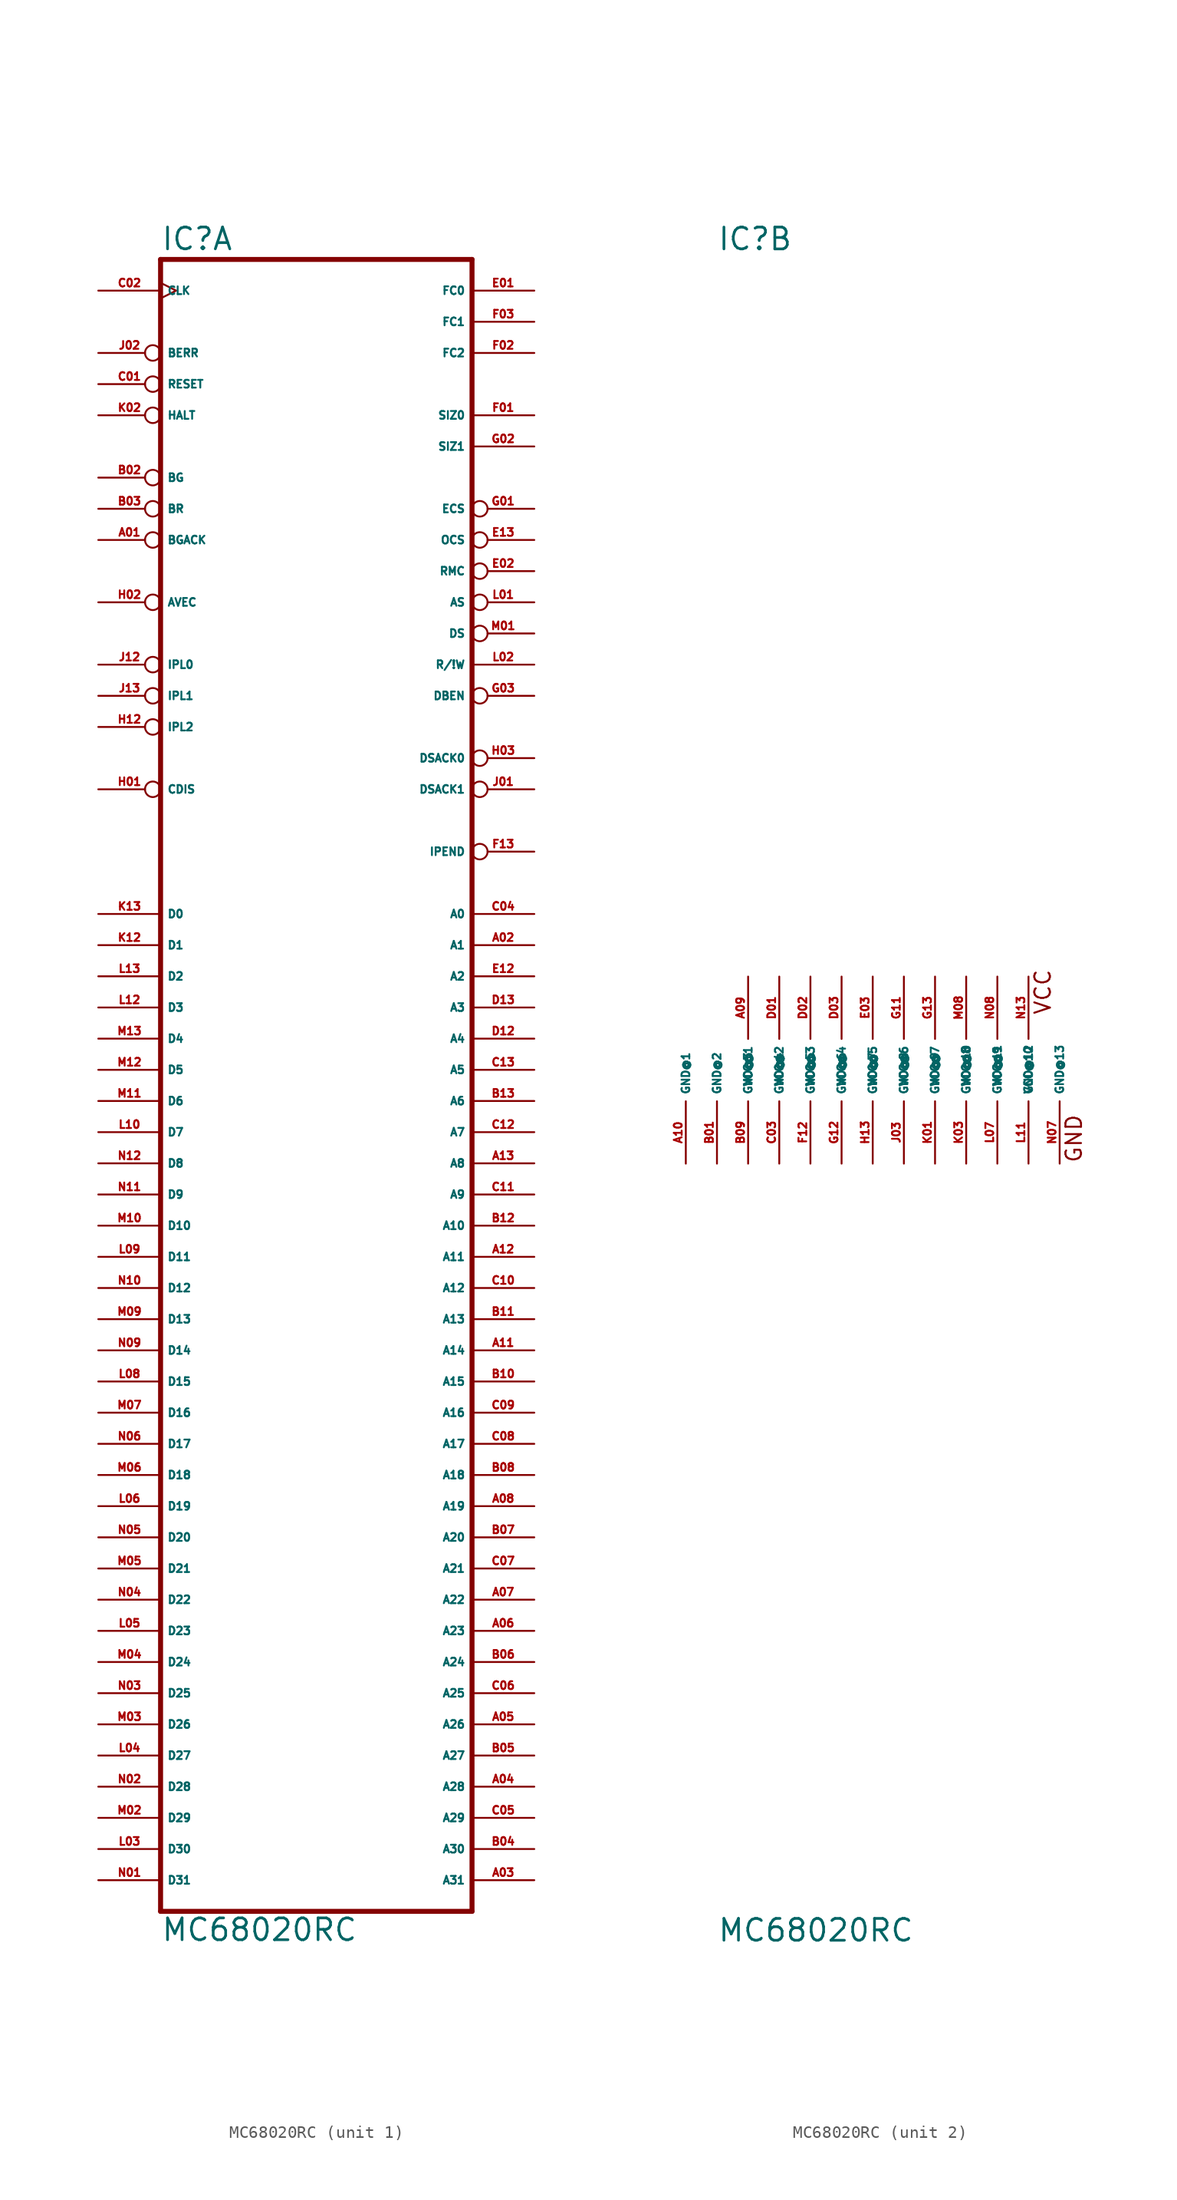
<source format=kicad_sym>
(kicad_symbol_lib
  (version 20220914)
  (generator Eagle2Kicad)
  (symbol "MC68020RC"
    (property "Reference" "IC"
      (at -12.7 66.675 0)
      (effects (font (size 1.778 1.778) (thickness 0.22)) (justify left bottom)))
    (property "Value" "MC68020RC"
      (at -12.7 -71.12 0)
      (effects (font (size 1.778 1.778) (thickness 0.22)) (justify left bottom)))
    (symbol "MC68020RC_1_0"
      (polyline (pts (xy -12.7 -68.58) (xy 12.7 -68.58)) (stroke (width 0.406) (type default)) (fill (type none)))
      (polyline (pts (xy 12.7 66.04) (xy 12.7 -68.58)) (stroke (width 0.406) (type default)) (fill (type none)))
      (polyline (pts (xy 12.7 66.04) (xy -12.7 66.04)) (stroke (width 0.406) (type default)) (fill (type none)))
      (polyline (pts (xy -12.7 -68.58) (xy -12.7 66.04)) (stroke (width 0.406) (type default)) (fill (type none)))
      (pin input clock (at -17.78 63.5 0) (length 5.08) (name "CLK" (effects (font (size 0.635 0.635) (thickness 0.08)) (justify left bottom))) (number "C02" (effects (font (size 0.635 0.635) (thickness 0.08)) (justify left bottom))))
      (pin input inverted (at -17.78 58.42 0) (length 5.08) (name "BERR" (effects (font (size 0.635 0.635) (thickness 0.08)) (justify left bottom))) (number "J02" (effects (font (size 0.635 0.635) (thickness 0.08)) (justify left bottom))))
      (pin bidirectional inverted (at -17.78 55.88 0) (length 5.08) (name "RESET" (effects (font (size 0.635 0.635) (thickness 0.08)) (justify left bottom))) (number "C01" (effects (font (size 0.635 0.635) (thickness 0.08)) (justify left bottom))))
      (pin bidirectional inverted (at -17.78 53.34 0) (length 5.08) (name "HALT" (effects (font (size 0.635 0.635) (thickness 0.08)) (justify left bottom))) (number "K02" (effects (font (size 0.635 0.635) (thickness 0.08)) (justify left bottom))))
      (pin input inverted (at -17.78 38.1 0) (length 5.08) (name "AVEC" (effects (font (size 0.635 0.635) (thickness 0.08)) (justify left bottom))) (number "H02" (effects (font (size 0.635 0.635) (thickness 0.08)) (justify left bottom))))
      (pin input inverted (at -17.78 45.72 0) (length 5.08) (name "BR" (effects (font (size 0.635 0.635) (thickness 0.08)) (justify left bottom))) (number "B03" (effects (font (size 0.635 0.635) (thickness 0.08)) (justify left bottom))))
      (pin input inverted (at -17.78 43.18 0) (length 5.08) (name "BGACK" (effects (font (size 0.635 0.635) (thickness 0.08)) (justify left bottom))) (number "A01" (effects (font (size 0.635 0.635) (thickness 0.08)) (justify left bottom))))
      (pin input inverted (at -17.78 33.02 0) (length 5.08) (name "IPL0" (effects (font (size 0.635 0.635) (thickness 0.08)) (justify left bottom))) (number "J12" (effects (font (size 0.635 0.635) (thickness 0.08)) (justify left bottom))))
      (pin bidirectional line (at -17.78 12.7 0) (length 5.08) (name "D0" (effects (font (size 0.635 0.635) (thickness 0.08)) (justify left bottom))) (number "K13" (effects (font (size 0.635 0.635) (thickness 0.08)) (justify left bottom))))
      (pin bidirectional line (at -17.78 10.16 0) (length 5.08) (name "D1" (effects (font (size 0.635 0.635) (thickness 0.08)) (justify left bottom))) (number "K12" (effects (font (size 0.635 0.635) (thickness 0.08)) (justify left bottom))))
      (pin bidirectional line (at -17.78 7.62 0) (length 5.08) (name "D2" (effects (font (size 0.635 0.635) (thickness 0.08)) (justify left bottom))) (number "L13" (effects (font (size 0.635 0.635) (thickness 0.08)) (justify left bottom))))
      (pin bidirectional line (at -17.78 5.08 0) (length 5.08) (name "D3" (effects (font (size 0.635 0.635) (thickness 0.08)) (justify left bottom))) (number "L12" (effects (font (size 0.635 0.635) (thickness 0.08)) (justify left bottom))))
      (pin bidirectional line (at -17.78 2.54 0) (length 5.08) (name "D4" (effects (font (size 0.635 0.635) (thickness 0.08)) (justify left bottom))) (number "M13" (effects (font (size 0.635 0.635) (thickness 0.08)) (justify left bottom))))
      (pin bidirectional line (at -17.78 0 0) (length 5.08) (name "D5" (effects (font (size 0.635 0.635) (thickness 0.08)) (justify left bottom))) (number "M12" (effects (font (size 0.635 0.635) (thickness 0.08)) (justify left bottom))))
      (pin bidirectional line (at -17.78 -2.54 0) (length 5.08) (name "D6" (effects (font (size 0.635 0.635) (thickness 0.08)) (justify left bottom))) (number "M11" (effects (font (size 0.635 0.635) (thickness 0.08)) (justify left bottom))))
      (pin bidirectional line (at -17.78 -5.08 0) (length 5.08) (name "D7" (effects (font (size 0.635 0.635) (thickness 0.08)) (justify left bottom))) (number "L10" (effects (font (size 0.635 0.635) (thickness 0.08)) (justify left bottom))))
      (pin bidirectional line (at -17.78 -7.62 0) (length 5.08) (name "D8" (effects (font (size 0.635 0.635) (thickness 0.08)) (justify left bottom))) (number "N12" (effects (font (size 0.635 0.635) (thickness 0.08)) (justify left bottom))))
      (pin bidirectional line (at -17.78 -10.16 0) (length 5.08) (name "D9" (effects (font (size 0.635 0.635) (thickness 0.08)) (justify left bottom))) (number "N11" (effects (font (size 0.635 0.635) (thickness 0.08)) (justify left bottom))))
      (pin bidirectional line (at -17.78 -12.7 0) (length 5.08) (name "D10" (effects (font (size 0.635 0.635) (thickness 0.08)) (justify left bottom))) (number "M10" (effects (font (size 0.635 0.635) (thickness 0.08)) (justify left bottom))))
      (pin bidirectional line (at -17.78 -15.24 0) (length 5.08) (name "D11" (effects (font (size 0.635 0.635) (thickness 0.08)) (justify left bottom))) (number "L09" (effects (font (size 0.635 0.635) (thickness 0.08)) (justify left bottom))))
      (pin bidirectional line (at -17.78 -17.78 0) (length 5.08) (name "D12" (effects (font (size 0.635 0.635) (thickness 0.08)) (justify left bottom))) (number "N10" (effects (font (size 0.635 0.635) (thickness 0.08)) (justify left bottom))))
      (pin bidirectional line (at -17.78 -20.32 0) (length 5.08) (name "D13" (effects (font (size 0.635 0.635) (thickness 0.08)) (justify left bottom))) (number "M09" (effects (font (size 0.635 0.635) (thickness 0.08)) (justify left bottom))))
      (pin bidirectional line (at -17.78 -22.86 0) (length 5.08) (name "D14" (effects (font (size 0.635 0.635) (thickness 0.08)) (justify left bottom))) (number "N09" (effects (font (size 0.635 0.635) (thickness 0.08)) (justify left bottom))))
      (pin bidirectional line (at -17.78 -25.4 0) (length 5.08) (name "D15" (effects (font (size 0.635 0.635) (thickness 0.08)) (justify left bottom))) (number "L08" (effects (font (size 0.635 0.635) (thickness 0.08)) (justify left bottom))))
      (pin output line (at 17.78 53.34 180) (length 5.08) (name "SIZ0" (effects (font (size 0.635 0.635) (thickness 0.08)) (justify left bottom))) (number "F01" (effects (font (size 0.635 0.635) (thickness 0.08)) (justify left bottom))))
      (pin output line (at 17.78 50.8 180) (length 5.08) (name "SIZ1" (effects (font (size 0.635 0.635) (thickness 0.08)) (justify left bottom))) (number "G02" (effects (font (size 0.635 0.635) (thickness 0.08)) (justify left bottom))))
      (pin output line (at 17.78 63.5 180) (length 5.08) (name "FC0" (effects (font (size 0.635 0.635) (thickness 0.08)) (justify left bottom))) (number "E01" (effects (font (size 0.635 0.635) (thickness 0.08)) (justify left bottom))))
      (pin output line (at 17.78 60.96 180) (length 5.08) (name "FC1" (effects (font (size 0.635 0.635) (thickness 0.08)) (justify left bottom))) (number "F03" (effects (font (size 0.635 0.635) (thickness 0.08)) (justify left bottom))))
      (pin output line (at 17.78 58.42 180) (length 5.08) (name "FC2" (effects (font (size 0.635 0.635) (thickness 0.08)) (justify left bottom))) (number "F02" (effects (font (size 0.635 0.635) (thickness 0.08)) (justify left bottom))))
      (pin output inverted (at 17.78 43.18 180) (length 5.08) (name "OCS" (effects (font (size 0.635 0.635) (thickness 0.08)) (justify left bottom))) (number "E13" (effects (font (size 0.635 0.635) (thickness 0.08)) (justify left bottom))))
      (pin output line (at 17.78 33.02 180) (length 5.08) (name "R/!W" (effects (font (size 0.635 0.635) (thickness 0.08)) (justify left bottom))) (number "L02" (effects (font (size 0.635 0.635) (thickness 0.08)) (justify left bottom))))
      (pin output inverted (at 17.78 40.64 180) (length 5.08) (name "RMC" (effects (font (size 0.635 0.635) (thickness 0.08)) (justify left bottom))) (number "E02" (effects (font (size 0.635 0.635) (thickness 0.08)) (justify left bottom))))
      (pin output inverted (at 17.78 38.1 180) (length 5.08) (name "AS" (effects (font (size 0.635 0.635) (thickness 0.08)) (justify left bottom))) (number "L01" (effects (font (size 0.635 0.635) (thickness 0.08)) (justify left bottom))))
      (pin output inverted (at 17.78 45.72 180) (length 5.08) (name "ECS" (effects (font (size 0.635 0.635) (thickness 0.08)) (justify left bottom))) (number "G01" (effects (font (size 0.635 0.635) (thickness 0.08)) (justify left bottom))))
      (pin output line (at 17.78 10.16 180) (length 5.08) (name "A1" (effects (font (size 0.635 0.635) (thickness 0.08)) (justify left bottom))) (number "A02" (effects (font (size 0.635 0.635) (thickness 0.08)) (justify left bottom))))
      (pin output line (at 17.78 7.62 180) (length 5.08) (name "A2" (effects (font (size 0.635 0.635) (thickness 0.08)) (justify left bottom))) (number "E12" (effects (font (size 0.635 0.635) (thickness 0.08)) (justify left bottom))))
      (pin output line (at 17.78 5.08 180) (length 5.08) (name "A3" (effects (font (size 0.635 0.635) (thickness 0.08)) (justify left bottom))) (number "D13" (effects (font (size 0.635 0.635) (thickness 0.08)) (justify left bottom))))
      (pin output line (at 17.78 2.54 180) (length 5.08) (name "A4" (effects (font (size 0.635 0.635) (thickness 0.08)) (justify left bottom))) (number "D12" (effects (font (size 0.635 0.635) (thickness 0.08)) (justify left bottom))))
      (pin output line (at 17.78 0 180) (length 5.08) (name "A5" (effects (font (size 0.635 0.635) (thickness 0.08)) (justify left bottom))) (number "C13" (effects (font (size 0.635 0.635) (thickness 0.08)) (justify left bottom))))
      (pin output line (at 17.78 -2.54 180) (length 5.08) (name "A6" (effects (font (size 0.635 0.635) (thickness 0.08)) (justify left bottom))) (number "B13" (effects (font (size 0.635 0.635) (thickness 0.08)) (justify left bottom))))
      (pin output line (at 17.78 -5.08 180) (length 5.08) (name "A7" (effects (font (size 0.635 0.635) (thickness 0.08)) (justify left bottom))) (number "C12" (effects (font (size 0.635 0.635) (thickness 0.08)) (justify left bottom))))
      (pin output line (at 17.78 -10.16 180) (length 5.08) (name "A9" (effects (font (size 0.635 0.635) (thickness 0.08)) (justify left bottom))) (number "C11" (effects (font (size 0.635 0.635) (thickness 0.08)) (justify left bottom))))
      (pin output line (at 17.78 -7.62 180) (length 5.08) (name "A8" (effects (font (size 0.635 0.635) (thickness 0.08)) (justify left bottom))) (number "A13" (effects (font (size 0.635 0.635) (thickness 0.08)) (justify left bottom))))
      (pin output line (at 17.78 -12.7 180) (length 5.08) (name "A10" (effects (font (size 0.635 0.635) (thickness 0.08)) (justify left bottom))) (number "B12" (effects (font (size 0.635 0.635) (thickness 0.08)) (justify left bottom))))
      (pin output line (at 17.78 -15.24 180) (length 5.08) (name "A11" (effects (font (size 0.635 0.635) (thickness 0.08)) (justify left bottom))) (number "A12" (effects (font (size 0.635 0.635) (thickness 0.08)) (justify left bottom))))
      (pin output line (at 17.78 -17.78 180) (length 5.08) (name "A12" (effects (font (size 0.635 0.635) (thickness 0.08)) (justify left bottom))) (number "C10" (effects (font (size 0.635 0.635) (thickness 0.08)) (justify left bottom))))
      (pin output line (at 17.78 -20.32 180) (length 5.08) (name "A13" (effects (font (size 0.635 0.635) (thickness 0.08)) (justify left bottom))) (number "B11" (effects (font (size 0.635 0.635) (thickness 0.08)) (justify left bottom))))
      (pin output line (at 17.78 -22.86 180) (length 5.08) (name "A14" (effects (font (size 0.635 0.635) (thickness 0.08)) (justify left bottom))) (number "A11" (effects (font (size 0.635 0.635) (thickness 0.08)) (justify left bottom))))
      (pin output line (at 17.78 -25.4 180) (length 5.08) (name "A15" (effects (font (size 0.635 0.635) (thickness 0.08)) (justify left bottom))) (number "B10" (effects (font (size 0.635 0.635) (thickness 0.08)) (justify left bottom))))
      (pin output line (at 17.78 -27.94 180) (length 5.08) (name "A16" (effects (font (size 0.635 0.635) (thickness 0.08)) (justify left bottom))) (number "C09" (effects (font (size 0.635 0.635) (thickness 0.08)) (justify left bottom))))
      (pin output line (at 17.78 -30.48 180) (length 5.08) (name "A17" (effects (font (size 0.635 0.635) (thickness 0.08)) (justify left bottom))) (number "C08" (effects (font (size 0.635 0.635) (thickness 0.08)) (justify left bottom))))
      (pin output line (at 17.78 -33.02 180) (length 5.08) (name "A18" (effects (font (size 0.635 0.635) (thickness 0.08)) (justify left bottom))) (number "B08" (effects (font (size 0.635 0.635) (thickness 0.08)) (justify left bottom))))
      (pin output line (at 17.78 -35.56 180) (length 5.08) (name "A19" (effects (font (size 0.635 0.635) (thickness 0.08)) (justify left bottom))) (number "A08" (effects (font (size 0.635 0.635) (thickness 0.08)) (justify left bottom))))
      (pin output line (at 17.78 -38.1 180) (length 5.08) (name "A20" (effects (font (size 0.635 0.635) (thickness 0.08)) (justify left bottom))) (number "B07" (effects (font (size 0.635 0.635) (thickness 0.08)) (justify left bottom))))
      (pin output line (at 17.78 -40.64 180) (length 5.08) (name "A21" (effects (font (size 0.635 0.635) (thickness 0.08)) (justify left bottom))) (number "C07" (effects (font (size 0.635 0.635) (thickness 0.08)) (justify left bottom))))
      (pin output line (at 17.78 -43.18 180) (length 5.08) (name "A22" (effects (font (size 0.635 0.635) (thickness 0.08)) (justify left bottom))) (number "A07" (effects (font (size 0.635 0.635) (thickness 0.08)) (justify left bottom))))
      (pin output line (at 17.78 -45.72 180) (length 5.08) (name "A23" (effects (font (size 0.635 0.635) (thickness 0.08)) (justify left bottom))) (number "A06" (effects (font (size 0.635 0.635) (thickness 0.08)) (justify left bottom))))
      (pin input inverted (at -17.78 30.48 0) (length 5.08) (name "IPL1" (effects (font (size 0.635 0.635) (thickness 0.08)) (justify left bottom))) (number "J13" (effects (font (size 0.635 0.635) (thickness 0.08)) (justify left bottom))))
      (pin input inverted (at -17.78 27.94 0) (length 5.08) (name "IPL2" (effects (font (size 0.635 0.635) (thickness 0.08)) (justify left bottom))) (number "H12" (effects (font (size 0.635 0.635) (thickness 0.08)) (justify left bottom))))
      (pin bidirectional line (at -17.78 -27.94 0) (length 5.08) (name "D16" (effects (font (size 0.635 0.635) (thickness 0.08)) (justify left bottom))) (number "M07" (effects (font (size 0.635 0.635) (thickness 0.08)) (justify left bottom))))
      (pin bidirectional line (at -17.78 -30.48 0) (length 5.08) (name "D17" (effects (font (size 0.635 0.635) (thickness 0.08)) (justify left bottom))) (number "N06" (effects (font (size 0.635 0.635) (thickness 0.08)) (justify left bottom))))
      (pin bidirectional line (at -17.78 -33.02 0) (length 5.08) (name "D18" (effects (font (size 0.635 0.635) (thickness 0.08)) (justify left bottom))) (number "M06" (effects (font (size 0.635 0.635) (thickness 0.08)) (justify left bottom))))
      (pin bidirectional line (at -17.78 -35.56 0) (length 5.08) (name "D19" (effects (font (size 0.635 0.635) (thickness 0.08)) (justify left bottom))) (number "L06" (effects (font (size 0.635 0.635) (thickness 0.08)) (justify left bottom))))
      (pin bidirectional line (at -17.78 -38.1 0) (length 5.08) (name "D20" (effects (font (size 0.635 0.635) (thickness 0.08)) (justify left bottom))) (number "N05" (effects (font (size 0.635 0.635) (thickness 0.08)) (justify left bottom))))
      (pin bidirectional line (at -17.78 -40.64 0) (length 5.08) (name "D21" (effects (font (size 0.635 0.635) (thickness 0.08)) (justify left bottom))) (number "M05" (effects (font (size 0.635 0.635) (thickness 0.08)) (justify left bottom))))
      (pin bidirectional line (at -17.78 -43.18 0) (length 5.08) (name "D22" (effects (font (size 0.635 0.635) (thickness 0.08)) (justify left bottom))) (number "N04" (effects (font (size 0.635 0.635) (thickness 0.08)) (justify left bottom))))
      (pin bidirectional line (at -17.78 -45.72 0) (length 5.08) (name "D23" (effects (font (size 0.635 0.635) (thickness 0.08)) (justify left bottom))) (number "L05" (effects (font (size 0.635 0.635) (thickness 0.08)) (justify left bottom))))
      (pin bidirectional line (at -17.78 -48.26 0) (length 5.08) (name "D24" (effects (font (size 0.635 0.635) (thickness 0.08)) (justify left bottom))) (number "M04" (effects (font (size 0.635 0.635) (thickness 0.08)) (justify left bottom))))
      (pin bidirectional line (at -17.78 -50.8 0) (length 5.08) (name "D25" (effects (font (size 0.635 0.635) (thickness 0.08)) (justify left bottom))) (number "N03" (effects (font (size 0.635 0.635) (thickness 0.08)) (justify left bottom))))
      (pin bidirectional line (at -17.78 -53.34 0) (length 5.08) (name "D26" (effects (font (size 0.635 0.635) (thickness 0.08)) (justify left bottom))) (number "M03" (effects (font (size 0.635 0.635) (thickness 0.08)) (justify left bottom))))
      (pin bidirectional line (at -17.78 -55.88 0) (length 5.08) (name "D27" (effects (font (size 0.635 0.635) (thickness 0.08)) (justify left bottom))) (number "L04" (effects (font (size 0.635 0.635) (thickness 0.08)) (justify left bottom))))
      (pin bidirectional line (at -17.78 -58.42 0) (length 5.08) (name "D28" (effects (font (size 0.635 0.635) (thickness 0.08)) (justify left bottom))) (number "N02" (effects (font (size 0.635 0.635) (thickness 0.08)) (justify left bottom))))
      (pin bidirectional line (at -17.78 -60.96 0) (length 5.08) (name "D29" (effects (font (size 0.635 0.635) (thickness 0.08)) (justify left bottom))) (number "M02" (effects (font (size 0.635 0.635) (thickness 0.08)) (justify left bottom))))
      (pin bidirectional line (at -17.78 -63.5 0) (length 5.08) (name "D30" (effects (font (size 0.635 0.635) (thickness 0.08)) (justify left bottom))) (number "L03" (effects (font (size 0.635 0.635) (thickness 0.08)) (justify left bottom))))
      (pin bidirectional line (at -17.78 -66.04 0) (length 5.08) (name "D31" (effects (font (size 0.635 0.635) (thickness 0.08)) (justify left bottom))) (number "N01" (effects (font (size 0.635 0.635) (thickness 0.08)) (justify left bottom))))
      (pin output line (at 17.78 -48.26 180) (length 5.08) (name "A24" (effects (font (size 0.635 0.635) (thickness 0.08)) (justify left bottom))) (number "B06" (effects (font (size 0.635 0.635) (thickness 0.08)) (justify left bottom))))
      (pin output line (at 17.78 -50.8 180) (length 5.08) (name "A25" (effects (font (size 0.635 0.635) (thickness 0.08)) (justify left bottom))) (number "C06" (effects (font (size 0.635 0.635) (thickness 0.08)) (justify left bottom))))
      (pin output line (at 17.78 -53.34 180) (length 5.08) (name "A26" (effects (font (size 0.635 0.635) (thickness 0.08)) (justify left bottom))) (number "A05" (effects (font (size 0.635 0.635) (thickness 0.08)) (justify left bottom))))
      (pin output line (at 17.78 -55.88 180) (length 5.08) (name "A27" (effects (font (size 0.635 0.635) (thickness 0.08)) (justify left bottom))) (number "B05" (effects (font (size 0.635 0.635) (thickness 0.08)) (justify left bottom))))
      (pin output line (at 17.78 -58.42 180) (length 5.08) (name "A28" (effects (font (size 0.635 0.635) (thickness 0.08)) (justify left bottom))) (number "A04" (effects (font (size 0.635 0.635) (thickness 0.08)) (justify left bottom))))
      (pin output line (at 17.78 -60.96 180) (length 5.08) (name "A29" (effects (font (size 0.635 0.635) (thickness 0.08)) (justify left bottom))) (number "C05" (effects (font (size 0.635 0.635) (thickness 0.08)) (justify left bottom))))
      (pin output line (at 17.78 -63.5 180) (length 5.08) (name "A30" (effects (font (size 0.635 0.635) (thickness 0.08)) (justify left bottom))) (number "B04" (effects (font (size 0.635 0.635) (thickness 0.08)) (justify left bottom))))
      (pin output line (at 17.78 -66.04 180) (length 5.08) (name "A31" (effects (font (size 0.635 0.635) (thickness 0.08)) (justify left bottom))) (number "A03" (effects (font (size 0.635 0.635) (thickness 0.08)) (justify left bottom))))
      (pin output line (at 17.78 12.7 180) (length 5.08) (name "A0" (effects (font (size 0.635 0.635) (thickness 0.08)) (justify left bottom))) (number "C04" (effects (font (size 0.635 0.635) (thickness 0.08)) (justify left bottom))))
      (pin output inverted (at 17.78 35.56 180) (length 5.08) (name "DS" (effects (font (size 0.635 0.635) (thickness 0.08)) (justify left bottom))) (number "M01" (effects (font (size 0.635 0.635) (thickness 0.08)) (justify left bottom))))
      (pin output inverted (at 17.78 30.48 180) (length 5.08) (name "DBEN" (effects (font (size 0.635 0.635) (thickness 0.08)) (justify left bottom))) (number "G03" (effects (font (size 0.635 0.635) (thickness 0.08)) (justify left bottom))))
      (pin input inverted (at 17.78 25.4 180) (length 5.08) (name "DSACK0" (effects (font (size 0.635 0.635) (thickness 0.08)) (justify left bottom))) (number "H03" (effects (font (size 0.635 0.635) (thickness 0.08)) (justify left bottom))))
      (pin input inverted (at 17.78 22.86 180) (length 5.08) (name "DSACK1" (effects (font (size 0.635 0.635) (thickness 0.08)) (justify left bottom))) (number "J01" (effects (font (size 0.635 0.635) (thickness 0.08)) (justify left bottom))))
      (pin output inverted (at -17.78 48.26 0) (length 5.08) (name "BG" (effects (font (size 0.635 0.635) (thickness 0.08)) (justify left bottom))) (number "B02" (effects (font (size 0.635 0.635) (thickness 0.08)) (justify left bottom))))
      (pin output inverted (at 17.78 17.78 180) (length 5.08) (name "IPEND" (effects (font (size 0.635 0.635) (thickness 0.08)) (justify left bottom))) (number "F13" (effects (font (size 0.635 0.635) (thickness 0.08)) (justify left bottom))))
      (pin input inverted (at -17.78 22.86 0) (length 5.08) (name "CDIS" (effects (font (size 0.635 0.635) (thickness 0.08)) (justify left bottom))) (number "H01" (effects (font (size 0.635 0.635) (thickness 0.08)) (justify left bottom)))))
    (symbol "MC68020RC_2_0"
      (text "GND" (at 17.145 -7.62 900) (effects (font (size 1.27 1.27) (thickness 0.16)) (justify left bottom)))
      (text "VCC" (at 14.605 4.445 900) (effects (font (size 1.27 1.27) (thickness 0.16)) (justify left bottom)))
      (pin unspecified line (at -15.24 -7.62 90) (length 5.08) (name "GND@1" (effects (font (size 0.635 0.635) (thickness 0.08)) (justify left bottom))) (number "A10" (effects (font (size 0.635 0.635) (thickness 0.08)) (justify left bottom))))
      (pin unspecified line (at -12.7 -7.62 90) (length 5.08) (name "GND@2" (effects (font (size 0.635 0.635) (thickness 0.08)) (justify left bottom))) (number "B01" (effects (font (size 0.635 0.635) (thickness 0.08)) (justify left bottom))))
      (pin unspecified line (at -10.16 -7.62 90) (length 5.08) (name "GND@3" (effects (font (size 0.635 0.635) (thickness 0.08)) (justify left bottom))) (number "B09" (effects (font (size 0.635 0.635) (thickness 0.08)) (justify left bottom))))
      (pin unspecified line (at -7.62 -7.62 90) (length 5.08) (name "GND@4" (effects (font (size 0.635 0.635) (thickness 0.08)) (justify left bottom))) (number "C03" (effects (font (size 0.635 0.635) (thickness 0.08)) (justify left bottom))))
      (pin unspecified line (at -5.08 -7.62 90) (length 5.08) (name "GND@5" (effects (font (size 0.635 0.635) (thickness 0.08)) (justify left bottom))) (number "F12" (effects (font (size 0.635 0.635) (thickness 0.08)) (justify left bottom))))
      (pin unspecified line (at -2.54 -7.62 90) (length 5.08) (name "GND@6" (effects (font (size 0.635 0.635) (thickness 0.08)) (justify left bottom))) (number "G12" (effects (font (size 0.635 0.635) (thickness 0.08)) (justify left bottom))))
      (pin unspecified line (at 0 -7.62 90) (length 5.08) (name "GND@7" (effects (font (size 0.635 0.635) (thickness 0.08)) (justify left bottom))) (number "H13" (effects (font (size 0.635 0.635) (thickness 0.08)) (justify left bottom))))
      (pin unspecified line (at 2.54 -7.62 90) (length 5.08) (name "GND@8" (effects (font (size 0.635 0.635) (thickness 0.08)) (justify left bottom))) (number "J03" (effects (font (size 0.635 0.635) (thickness 0.08)) (justify left bottom))))
      (pin unspecified line (at 5.08 -7.62 90) (length 5.08) (name "GND@9" (effects (font (size 0.635 0.635) (thickness 0.08)) (justify left bottom))) (number "K01" (effects (font (size 0.635 0.635) (thickness 0.08)) (justify left bottom))))
      (pin unspecified line (at 7.62 -7.62 90) (length 5.08) (name "GND@10" (effects (font (size 0.635 0.635) (thickness 0.08)) (justify left bottom))) (number "K03" (effects (font (size 0.635 0.635) (thickness 0.08)) (justify left bottom))))
      (pin unspecified line (at 10.16 -7.62 90) (length 5.08) (name "GND@11" (effects (font (size 0.635 0.635) (thickness 0.08)) (justify left bottom))) (number "L07" (effects (font (size 0.635 0.635) (thickness 0.08)) (justify left bottom))))
      (pin unspecified line (at 12.7 -7.62 90) (length 5.08) (name "GND@12" (effects (font (size 0.635 0.635) (thickness 0.08)) (justify left bottom))) (number "L11" (effects (font (size 0.635 0.635) (thickness 0.08)) (justify left bottom))))
      (pin unspecified line (at 15.24 -7.62 90) (length 5.08) (name "GND@13" (effects (font (size 0.635 0.635) (thickness 0.08)) (justify left bottom))) (number "N07" (effects (font (size 0.635 0.635) (thickness 0.08)) (justify left bottom))))
      (pin unspecified line (at -10.16 7.62 270) (length 5.08) (name "VCC@1" (effects (font (size 0.635 0.635) (thickness 0.08)) (justify left bottom))) (number "A09" (effects (font (size 0.635 0.635) (thickness 0.08)) (justify left bottom))))
      (pin unspecified line (at -7.62 7.62 270) (length 5.08) (name "VCC@2" (effects (font (size 0.635 0.635) (thickness 0.08)) (justify left bottom))) (number "D01" (effects (font (size 0.635 0.635) (thickness 0.08)) (justify left bottom))))
      (pin unspecified line (at -5.08 7.62 270) (length 5.08) (name "VCC@3" (effects (font (size 0.635 0.635) (thickness 0.08)) (justify left bottom))) (number "D02" (effects (font (size 0.635 0.635) (thickness 0.08)) (justify left bottom))))
      (pin unspecified line (at -2.54 7.62 270) (length 5.08) (name "VCC@4" (effects (font (size 0.635 0.635) (thickness 0.08)) (justify left bottom))) (number "D03" (effects (font (size 0.635 0.635) (thickness 0.08)) (justify left bottom))))
      (pin unspecified line (at 0 7.62 270) (length 5.08) (name "VCC@5" (effects (font (size 0.635 0.635) (thickness 0.08)) (justify left bottom))) (number "E03" (effects (font (size 0.635 0.635) (thickness 0.08)) (justify left bottom))))
      (pin unspecified line (at 2.54 7.62 270) (length 5.08) (name "VCC@6" (effects (font (size 0.635 0.635) (thickness 0.08)) (justify left bottom))) (number "G11" (effects (font (size 0.635 0.635) (thickness 0.08)) (justify left bottom))))
      (pin unspecified line (at 5.08 7.62 270) (length 5.08) (name "VCC@7" (effects (font (size 0.635 0.635) (thickness 0.08)) (justify left bottom))) (number "G13" (effects (font (size 0.635 0.635) (thickness 0.08)) (justify left bottom))))
      (pin unspecified line (at 7.62 7.62 270) (length 5.08) (name "VCC@8" (effects (font (size 0.635 0.635) (thickness 0.08)) (justify left bottom))) (number "M08" (effects (font (size 0.635 0.635) (thickness 0.08)) (justify left bottom))))
      (pin unspecified line (at 10.16 7.62 270) (length 5.08) (name "VCC@9" (effects (font (size 0.635 0.635) (thickness 0.08)) (justify left bottom))) (number "N08" (effects (font (size 0.635 0.635) (thickness 0.08)) (justify left bottom))))
      (pin unspecified line (at 12.7 7.62 270) (length 5.08) (name "VCC@10" (effects (font (size 0.635 0.635) (thickness 0.08)) (justify left bottom))) (number "N13" (effects (font (size 0.635 0.635) (thickness 0.08)) (justify left bottom)))))))
</source>
